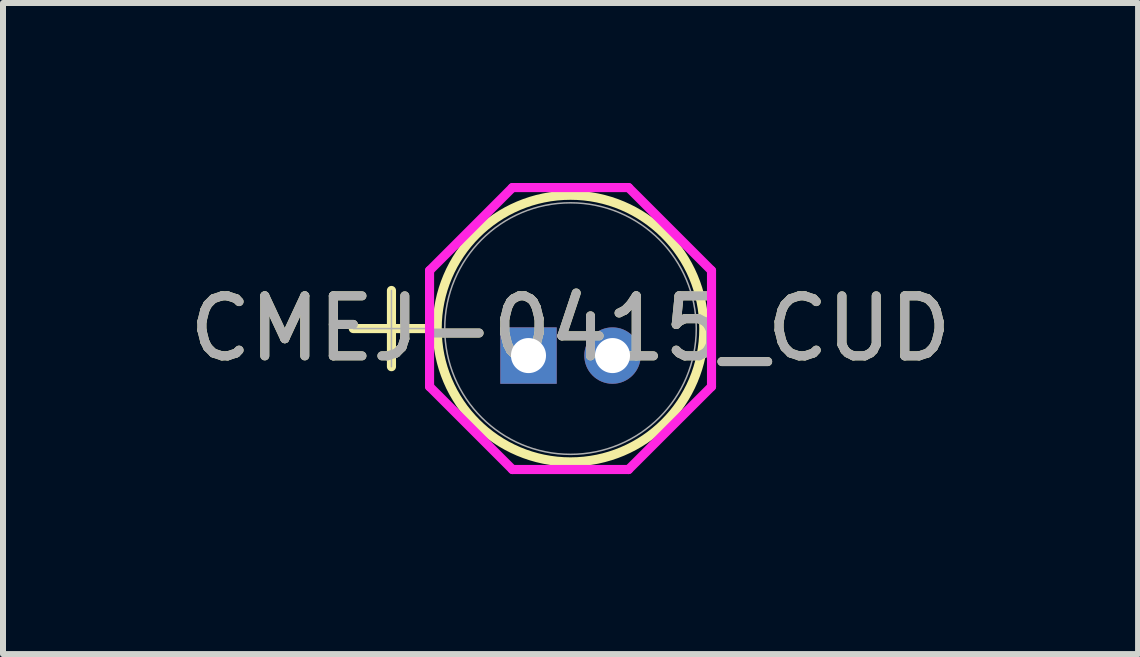
<source format=kicad_pcb>
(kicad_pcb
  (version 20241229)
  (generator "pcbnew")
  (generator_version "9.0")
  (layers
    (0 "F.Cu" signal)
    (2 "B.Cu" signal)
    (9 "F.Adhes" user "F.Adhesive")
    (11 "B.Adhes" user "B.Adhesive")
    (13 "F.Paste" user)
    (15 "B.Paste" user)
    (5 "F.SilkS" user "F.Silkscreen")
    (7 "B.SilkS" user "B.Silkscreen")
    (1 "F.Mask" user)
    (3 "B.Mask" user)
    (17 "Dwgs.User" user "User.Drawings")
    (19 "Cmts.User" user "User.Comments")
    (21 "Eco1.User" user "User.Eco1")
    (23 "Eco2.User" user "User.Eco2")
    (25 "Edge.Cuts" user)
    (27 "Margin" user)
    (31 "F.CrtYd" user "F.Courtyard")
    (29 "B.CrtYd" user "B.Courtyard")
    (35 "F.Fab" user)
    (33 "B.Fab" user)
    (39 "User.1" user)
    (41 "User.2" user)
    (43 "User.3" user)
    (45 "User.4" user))
  (footprint "CMEJ-0415_CUD"
    (layer "F.Cu")
    (at 5.758 2.876)
    (property "Reference" "CMEJ-0415_CUD" (at 0.7 -0.45 0) (unlocked yes) (layer "F.SilkS") (effects (font (size 1 1) (thickness 0.15))))
    (attr through_hole)
    (fp_line (start -2.92 -0.45) (end -1.649 -0.45) (stroke (width 0.152) (type solid)) (layer "F.SilkS"))
    (fp_line (start -2.284 -1.085) (end -2.284 0.185) (stroke (width 0.152) (type solid)) (layer "F.SilkS"))
    (fp_circle (center 0.7 -0.45) (end 2.922 -0.45) (stroke (width 0.152) (type solid)) (fill no) (layer "F.SilkS"))
    (fp_line (start -1.649 -1.417) (end -0.267 -2.8) (stroke (width 0.152) (type solid)) (layer "F.CrtYd"))
    (fp_line (start -1.649 0.517) (end -1.649 -1.417) (stroke (width 0.152) (type solid)) (layer "F.CrtYd"))
    (fp_line (start -0.267 -2.8) (end 1.667 -2.8) (stroke (width 0.152) (type solid)) (layer "F.CrtYd"))
    (fp_line (start -0.267 1.899) (end -1.649 0.517) (stroke (width 0.152) (type solid)) (layer "F.CrtYd"))
    (fp_line (start 1.667 -2.8) (end 3.05 -1.417) (stroke (width 0.152) (type solid)) (layer "F.CrtYd"))
    (fp_line (start 1.667 1.899) (end -0.267 1.899) (stroke (width 0.152) (type solid)) (layer "F.CrtYd"))
    (fp_line (start 3.05 -1.417) (end 3.05 0.517) (stroke (width 0.152) (type solid)) (layer "F.CrtYd"))
    (fp_line (start 3.05 0.517) (end 1.667 1.899) (stroke (width 0.152) (type solid)) (layer "F.CrtYd"))
    (fp_line (start -2.92 -0.45) (end -1.649 -0.45) (stroke (width 0.025) (type solid)) (layer "F.Fab"))
    (fp_line (start -2.284 -1.085) (end -2.284 0.185) (stroke (width 0.025) (type solid)) (layer "F.Fab"))
    (fp_circle (center 0.7 -0.45) (end 2.796 -0.45) (stroke (width 0.025) (type solid)) (fill no) (layer "F.Fab"))
    (fp_text user "${REFERENCE}" (at 0.7 -0.45 0) (unlocked yes) (layer "F.Fab") (effects (font (size 1 1) (thickness 0.15))))
    (pad "1" thru_hole rect (at 0 0) (size 0.94 0.94) (drill 0.584) (layers "*.Cu" "*.Mask"))
    (pad "2" thru_hole circle (at 1.4 0) (size 0.94 0.94) (drill 0.584) (layers "*.Cu" "*.Mask")))
  (gr_rect
    (start -3 -3)
    (end 15.917 7.851)
    (stroke (width 0.1) (type default))
    (fill no)
    (layer "Edge.Cuts")))
</source>
